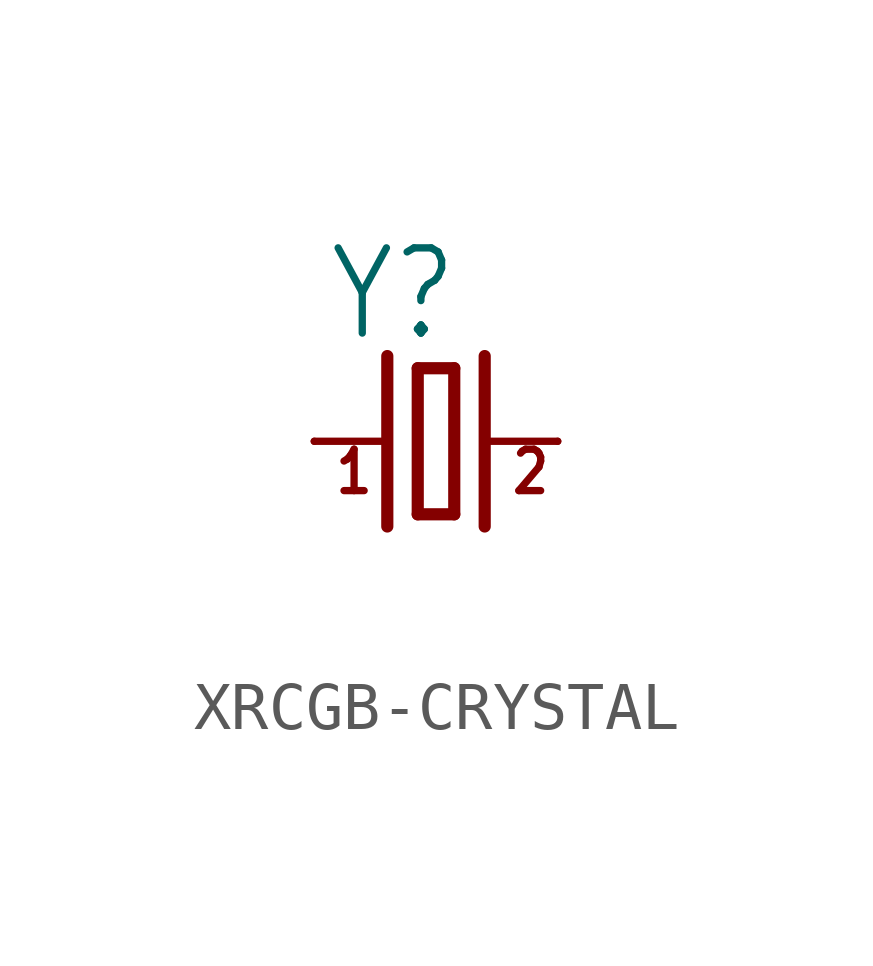
<source format=kicad_sym>
(kicad_symbol_lib
  (version 20231120)
  (generator "kicad_symbol_editor")
  (generator_version "8.0")
  (symbol "XRCGB-CRYSTAL"
    (property "Reference" "Y"
      (at -2.286 2.032 0)
      (effects (font (size 1.778 1.511)) (justify left bottom)))
    (property "Value" ""
      (at -2.286 -3.81 0)
      (effects (font (size 1.778 1.511)) (justify left bottom)))
    (property "ki_locked" ""
      (at 0 0 0)
      (effects (font (size 1.27 1.27))))
    (symbol "XRCGB-CRYSTAL_1_0"
      (polyline (pts (xy -2.54 0) (xy -1.016 0)) (stroke (width 0.152) (type solid)) (fill (type none)))
      (polyline (pts (xy -1.016 1.778) (xy -1.016 -1.778)) (stroke (width 0.254) (type solid)) (fill (type none)))
      (polyline (pts (xy -0.381 -1.524) (xy 0.381 -1.524)) (stroke (width 0.254) (type solid)) (fill (type none)))
      (polyline (pts (xy -0.381 1.524) (xy -0.381 -1.524)) (stroke (width 0.254) (type solid)) (fill (type none)))
      (polyline (pts (xy 0.381 -1.524) (xy 0.381 1.524)) (stroke (width 0.254) (type solid)) (fill (type none)))
      (polyline (pts (xy 0.381 1.524) (xy -0.381 1.524)) (stroke (width 0.254) (type solid)) (fill (type none)))
      (polyline (pts (xy 1.016 0) (xy 2.54 0)) (stroke (width 0.152) (type solid)) (fill (type none)))
      (polyline (pts (xy 1.016 1.778) (xy 1.016 -1.778)) (stroke (width 0.254) (type solid)) (fill (type none)))
      (text "1" (at -2.159 -1.143 0) (effects (font (size 0.864 0.734)) (justify left bottom)))
      (text "2" (at 1.524 -1.143 0) (effects (font (size 0.864 0.734)) (justify left bottom)))
      (pin passive line (at -2.54 0 0) (length 0) (name "1" (effects (font (size 0 0)))) (number "1" (effects (font (size 0 0)))))
      (pin passive line (at 2.54 0 180) (length 0) (name "2" (effects (font (size 0 0)))) (number "3" (effects (font (size 0 0))))))))
</source>
